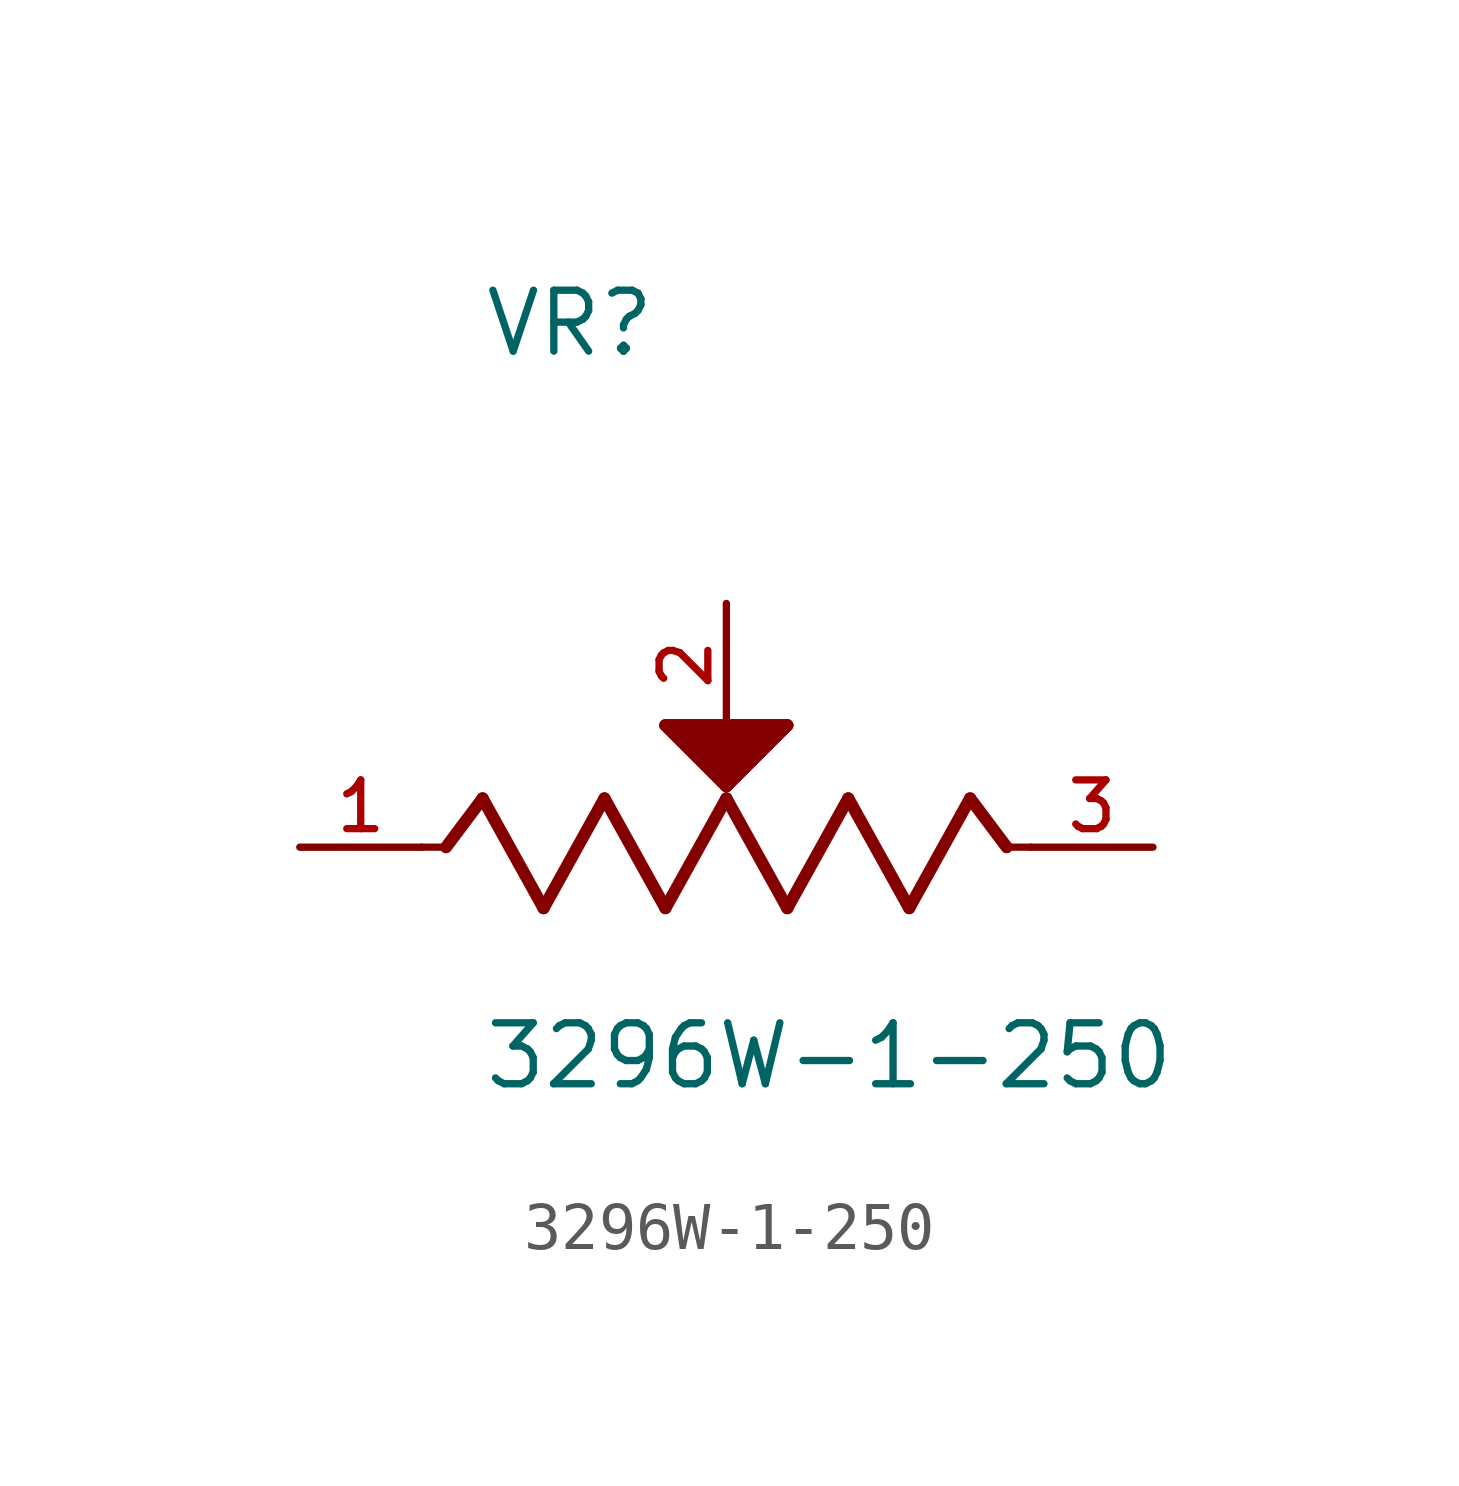
<source format=kicad_sym>
(kicad_symbol_lib
  (version 20211014)
  (generator kicad_symbol_editor)
  (symbol "3296W-1-250"
    (pin_names
      (offset 1.016))
    (property "Reference" "VR"
      (at -5.087 10.174 0)
      (effects (font (size 1.27 1.27)) (justify left bottom)))
    (property "Value" "3296W-1-250"
      (at -5.093 -5.093 0)
      (effects (font (size 1.27 1.27)) (justify left bottom)))
    (symbol "3296W-1-250_0_0"
      (polyline (pts (xy -6.35 0) (xy -5.842 0)) (stroke (width 0.152) (type default) (color 0 0 0 0)) (fill (type none)))
      (polyline (pts (xy -5.842 0) (xy -5.08 1.016)) (stroke (width 0.254) (type default) (color 0 0 0 0)) (fill (type none)))
      (polyline (pts (xy -5.08 1.016) (xy -3.81 -1.27)) (stroke (width 0.254) (type default) (color 0 0 0 0)) (fill (type none)))
      (polyline (pts (xy -3.81 -1.27) (xy -2.54 1.016)) (stroke (width 0.254) (type default) (color 0 0 0 0)) (fill (type none)))
      (polyline (pts (xy -2.54 1.016) (xy -1.27 -1.27)) (stroke (width 0.254) (type default) (color 0 0 0 0)) (fill (type none)))
      (polyline (pts (xy -1.27 -1.27) (xy 0 1.016)) (stroke (width 0.254) (type default) (color 0 0 0 0)) (fill (type none)))
      (polyline (pts (xy -1.27 2.54) (xy 1.27 2.54)) (stroke (width 0.254) (type default) (color 0 0 0 0)) (fill (type none)))
      (polyline (pts (xy 0 1.016) (xy 1.27 -1.27)) (stroke (width 0.254) (type default) (color 0 0 0 0)) (fill (type none)))
      (polyline (pts (xy 0 1.27) (xy -1.27 2.54)) (stroke (width 0.254) (type default) (color 0 0 0 0)) (fill (type none)))
      (polyline (pts (xy 1.27 -1.27) (xy 2.54 1.016)) (stroke (width 0.254) (type default) (color 0 0 0 0)) (fill (type none)))
      (polyline (pts (xy 1.27 2.54) (xy 0 1.27)) (stroke (width 0.254) (type default) (color 0 0 0 0)) (fill (type none)))
      (polyline (pts (xy 2.54 1.016) (xy 3.81 -1.27)) (stroke (width 0.254) (type default) (color 0 0 0 0)) (fill (type none)))
      (polyline (pts (xy 3.81 -1.27) (xy 5.08 1.016)) (stroke (width 0.254) (type default) (color 0 0 0 0)) (fill (type none)))
      (polyline (pts (xy 5.842 0) (xy 5.08 1.016)) (stroke (width 0.254) (type default) (color 0 0 0 0)) (fill (type none)))
      (polyline (pts (xy 5.842 0) (xy 6.35 0)) (stroke (width 0.152) (type default) (color 0 0 0 0)) (fill (type none)))
      (polyline (pts (xy -1.27 2.54) (xy 1.27 2.54) (xy 0 1.27) (xy -1.27 2.54)) (stroke (width 0.254) (type default) (color 0 0 0 0)) (fill (type outline)))
      (pin passive line (at -8.89 0 0) (length 2.54) (name "~" (effects (font (size 1.016 1.016)))) (number "1" (effects (font (size 1.016 1.016)))))
      (pin passive line (at 0 5.08 270) (length 2.54) (name "~" (effects (font (size 1.016 1.016)))) (number "2" (effects (font (size 1.016 1.016)))))
      (pin passive line (at 8.89 0 180) (length 2.54) (name "~" (effects (font (size 1.016 1.016)))) (number "3" (effects (font (size 1.016 1.016))))))))
</source>
